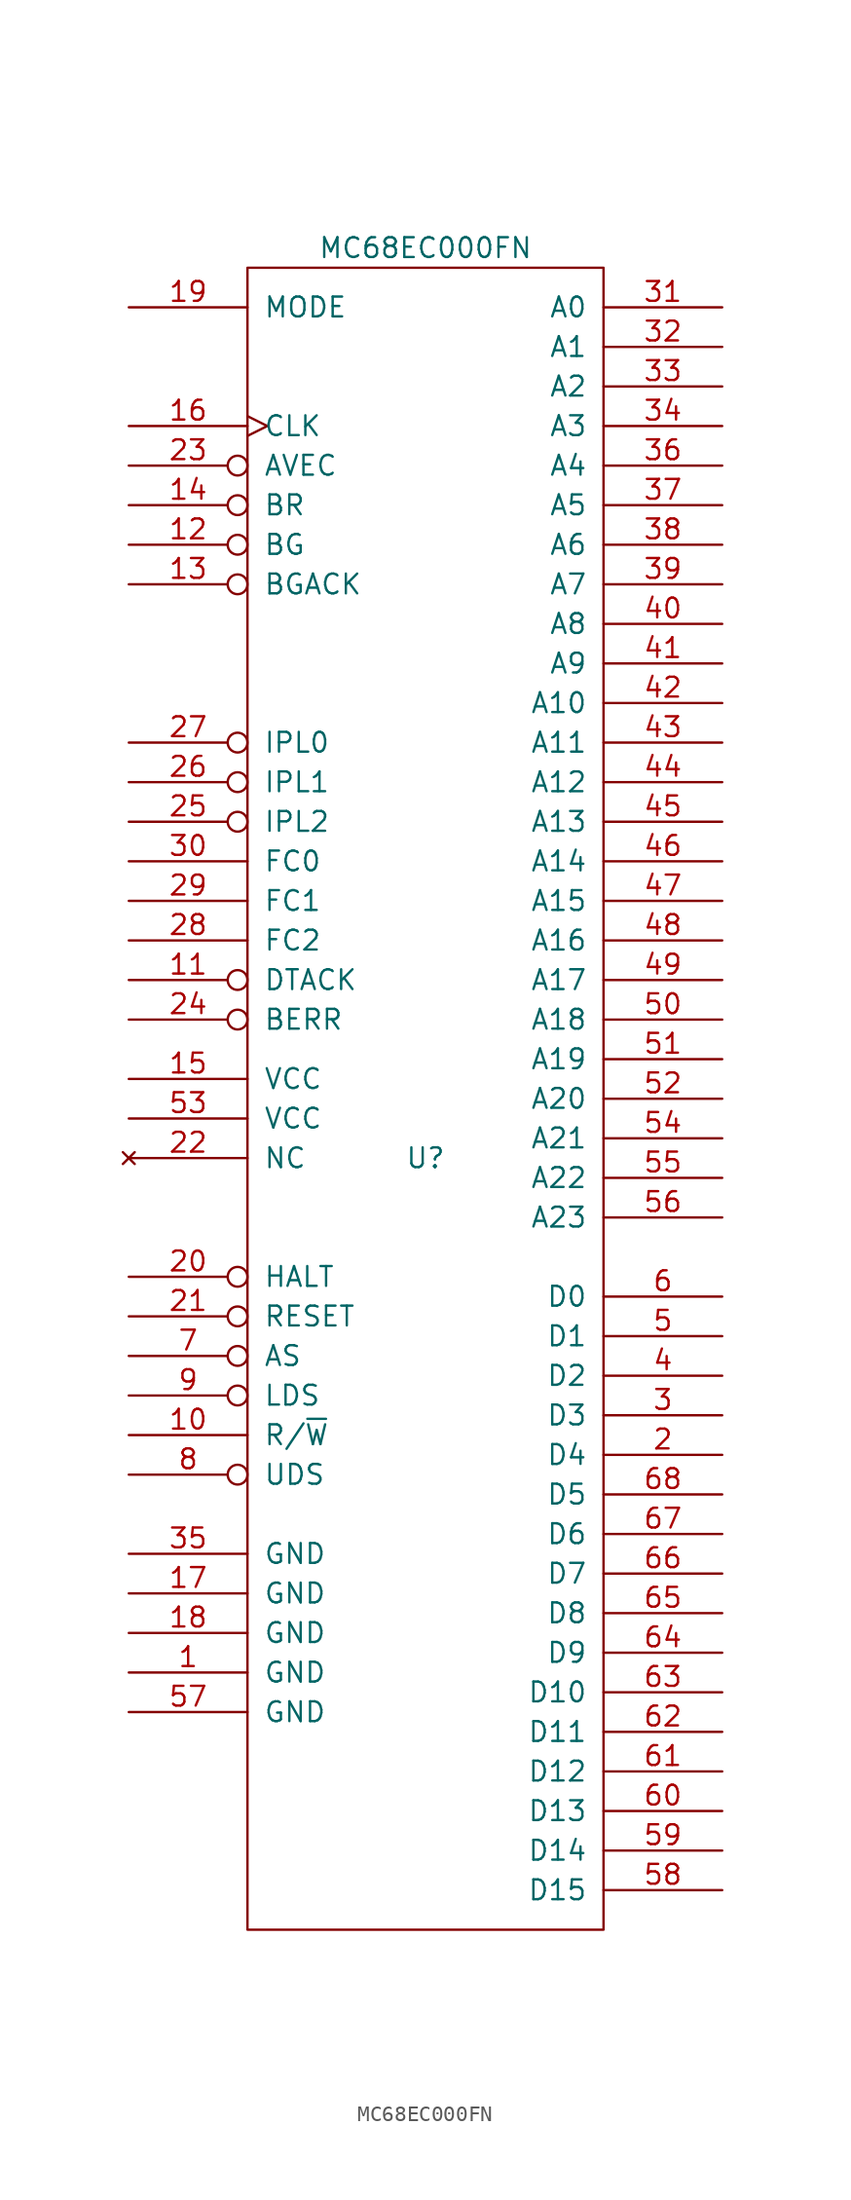
<source format=kicad_sym>
(kicad_symbol_lib
  (version 20220914)
  (generator kicad_symbol_editor)
  (symbol "MC68EC000FN"
    (pin_names
      (offset 1.016))
    (property "Reference" "U"
      (at 0 -2.54 0)
      (effects (font (size 1.27 1.27))))
    (property "Value" "MC68EC000FN"
      (at 0 55.88 0)
      (effects (font (size 1.27 1.27))))
    (symbol "MC68EC000FN_1_0"
      (rectangle (start -11.43 -52.07) (end 11.43 54.61) (stroke (width 0) (type solid)) (fill (type none))))
    (symbol "MC68EC000FN_1_1"
      (pin power_in line (at -19.05 -35.56 0) (length 7.62) (name "GND" (effects (font (size 1.27 1.27)))) (number "1" (effects (font (size 1.27 1.27)))))
      (pin output line (at -19.05 -20.32 0) (length 7.62) (name "R/~{W}" (effects (font (size 1.27 1.27)))) (number "10" (effects (font (size 1.27 1.27)))))
      (pin input inverted (at -19.05 8.89 0) (length 7.62) (name "DTACK" (effects (font (size 1.27 1.27)))) (number "11" (effects (font (size 1.27 1.27)))))
      (pin output inverted (at -19.05 36.83 0) (length 7.62) (name "BG" (effects (font (size 1.27 1.27)))) (number "12" (effects (font (size 1.27 1.27)))))
      (pin input inverted (at -19.05 34.29 0) (length 7.62) (name "BGACK" (effects (font (size 1.27 1.27)))) (number "13" (effects (font (size 1.27 1.27)))))
      (pin input inverted (at -19.05 39.37 0) (length 7.62) (name "BR" (effects (font (size 1.27 1.27)))) (number "14" (effects (font (size 1.27 1.27)))))
      (pin power_in line (at -19.05 2.54 0) (length 7.62) (name "VCC" (effects (font (size 1.27 1.27)))) (number "15" (effects (font (size 1.27 1.27)))))
      (pin input clock (at -19.05 44.45 0) (length 7.62) (name "CLK" (effects (font (size 1.27 1.27)))) (number "16" (effects (font (size 1.27 1.27)))))
      (pin power_in line (at -19.05 -30.48 0) (length 7.62) (name "GND" (effects (font (size 1.27 1.27)))) (number "17" (effects (font (size 1.27 1.27)))))
      (pin power_in line (at -19.05 -33.02 0) (length 7.62) (name "GND" (effects (font (size 1.27 1.27)))) (number "18" (effects (font (size 1.27 1.27)))))
      (pin input line (at -19.05 52.07 0) (length 7.62) (name "MODE" (effects (font (size 1.27 1.27)))) (number "19" (effects (font (size 1.27 1.27)))))
      (pin bidirectional line (at 19.05 -21.59 180) (length 7.62) (name "D4" (effects (font (size 1.27 1.27)))) (number "2" (effects (font (size 1.27 1.27)))))
      (pin bidirectional inverted (at -19.05 -10.16 0) (length 7.62) (name "HALT" (effects (font (size 1.27 1.27)))) (number "20" (effects (font (size 1.27 1.27)))))
      (pin bidirectional inverted (at -19.05 -12.7 0) (length 7.62) (name "RESET" (effects (font (size 1.27 1.27)))) (number "21" (effects (font (size 1.27 1.27)))))
      (pin no_connect line (at -19.05 -2.54 0) (length 7.62) (name "NC" (effects (font (size 1.27 1.27)))) (number "22" (effects (font (size 1.27 1.27)))))
      (pin input inverted (at -19.05 41.91 0) (length 7.62) (name "AVEC" (effects (font (size 1.27 1.27)))) (number "23" (effects (font (size 1.27 1.27)))))
      (pin input inverted (at -19.05 6.35 0) (length 7.62) (name "BERR" (effects (font (size 1.27 1.27)))) (number "24" (effects (font (size 1.27 1.27)))))
      (pin input inverted (at -19.05 19.05 0) (length 7.62) (name "IPL2" (effects (font (size 1.27 1.27)))) (number "25" (effects (font (size 1.27 1.27)))))
      (pin input inverted (at -19.05 21.59 0) (length 7.62) (name "IPL1" (effects (font (size 1.27 1.27)))) (number "26" (effects (font (size 1.27 1.27)))))
      (pin input inverted (at -19.05 24.13 0) (length 7.62) (name "IPL0" (effects (font (size 1.27 1.27)))) (number "27" (effects (font (size 1.27 1.27)))))
      (pin output line (at -19.05 11.43 0) (length 7.62) (name "FC2" (effects (font (size 1.27 1.27)))) (number "28" (effects (font (size 1.27 1.27)))))
      (pin output line (at -19.05 13.97 0) (length 7.62) (name "FC1" (effects (font (size 1.27 1.27)))) (number "29" (effects (font (size 1.27 1.27)))))
      (pin bidirectional line (at 19.05 -19.05 180) (length 7.62) (name "D3" (effects (font (size 1.27 1.27)))) (number "3" (effects (font (size 1.27 1.27)))))
      (pin output line (at -19.05 16.51 0) (length 7.62) (name "FC0" (effects (font (size 1.27 1.27)))) (number "30" (effects (font (size 1.27 1.27)))))
      (pin output line (at 19.05 52.07 180) (length 7.62) (name "A0" (effects (font (size 1.27 1.27)))) (number "31" (effects (font (size 1.27 1.27)))))
      (pin output line (at 19.05 49.53 180) (length 7.62) (name "A1" (effects (font (size 1.27 1.27)))) (number "32" (effects (font (size 1.27 1.27)))))
      (pin output line (at 19.05 46.99 180) (length 7.62) (name "A2" (effects (font (size 1.27 1.27)))) (number "33" (effects (font (size 1.27 1.27)))))
      (pin output line (at 19.05 44.45 180) (length 7.62) (name "A3" (effects (font (size 1.27 1.27)))) (number "34" (effects (font (size 1.27 1.27)))))
      (pin power_in line (at -19.05 -27.94 0) (length 7.62) (name "GND" (effects (font (size 1.27 1.27)))) (number "35" (effects (font (size 1.27 1.27)))))
      (pin output line (at 19.05 41.91 180) (length 7.62) (name "A4" (effects (font (size 1.27 1.27)))) (number "36" (effects (font (size 1.27 1.27)))))
      (pin output line (at 19.05 39.37 180) (length 7.62) (name "A5" (effects (font (size 1.27 1.27)))) (number "37" (effects (font (size 1.27 1.27)))))
      (pin output line (at 19.05 36.83 180) (length 7.62) (name "A6" (effects (font (size 1.27 1.27)))) (number "38" (effects (font (size 1.27 1.27)))))
      (pin output line (at 19.05 34.29 180) (length 7.62) (name "A7" (effects (font (size 1.27 1.27)))) (number "39" (effects (font (size 1.27 1.27)))))
      (pin bidirectional line (at 19.05 -16.51 180) (length 7.62) (name "D2" (effects (font (size 1.27 1.27)))) (number "4" (effects (font (size 1.27 1.27)))))
      (pin output line (at 19.05 31.75 180) (length 7.62) (name "A8" (effects (font (size 1.27 1.27)))) (number "40" (effects (font (size 1.27 1.27)))))
      (pin output line (at 19.05 29.21 180) (length 7.62) (name "A9" (effects (font (size 1.27 1.27)))) (number "41" (effects (font (size 1.27 1.27)))))
      (pin output line (at 19.05 26.67 180) (length 7.62) (name "A10" (effects (font (size 1.27 1.27)))) (number "42" (effects (font (size 1.27 1.27)))))
      (pin output line (at 19.05 24.13 180) (length 7.62) (name "A11" (effects (font (size 1.27 1.27)))) (number "43" (effects (font (size 1.27 1.27)))))
      (pin output line (at 19.05 21.59 180) (length 7.62) (name "A12" (effects (font (size 1.27 1.27)))) (number "44" (effects (font (size 1.27 1.27)))))
      (pin output line (at 19.05 19.05 180) (length 7.62) (name "A13" (effects (font (size 1.27 1.27)))) (number "45" (effects (font (size 1.27 1.27)))))
      (pin output line (at 19.05 16.51 180) (length 7.62) (name "A14" (effects (font (size 1.27 1.27)))) (number "46" (effects (font (size 1.27 1.27)))))
      (pin output line (at 19.05 13.97 180) (length 7.62) (name "A15" (effects (font (size 1.27 1.27)))) (number "47" (effects (font (size 1.27 1.27)))))
      (pin output line (at 19.05 11.43 180) (length 7.62) (name "A16" (effects (font (size 1.27 1.27)))) (number "48" (effects (font (size 1.27 1.27)))))
      (pin output line (at 19.05 8.89 180) (length 7.62) (name "A17" (effects (font (size 1.27 1.27)))) (number "49" (effects (font (size 1.27 1.27)))))
      (pin bidirectional line (at 19.05 -13.97 180) (length 7.62) (name "D1" (effects (font (size 1.27 1.27)))) (number "5" (effects (font (size 1.27 1.27)))))
      (pin output line (at 19.05 6.35 180) (length 7.62) (name "A18" (effects (font (size 1.27 1.27)))) (number "50" (effects (font (size 1.27 1.27)))))
      (pin output line (at 19.05 3.81 180) (length 7.62) (name "A19" (effects (font (size 1.27 1.27)))) (number "51" (effects (font (size 1.27 1.27)))))
      (pin output line (at 19.05 1.27 180) (length 7.62) (name "A20" (effects (font (size 1.27 1.27)))) (number "52" (effects (font (size 1.27 1.27)))))
      (pin power_in line (at -19.05 0 0) (length 7.62) (name "VCC" (effects (font (size 1.27 1.27)))) (number "53" (effects (font (size 1.27 1.27)))))
      (pin output line (at 19.05 -1.27 180) (length 7.62) (name "A21" (effects (font (size 1.27 1.27)))) (number "54" (effects (font (size 1.27 1.27)))))
      (pin output line (at 19.05 -3.81 180) (length 7.62) (name "A22" (effects (font (size 1.27 1.27)))) (number "55" (effects (font (size 1.27 1.27)))))
      (pin output line (at 19.05 -6.35 180) (length 7.62) (name "A23" (effects (font (size 1.27 1.27)))) (number "56" (effects (font (size 1.27 1.27)))))
      (pin power_in line (at -19.05 -38.1 0) (length 7.62) (name "GND" (effects (font (size 1.27 1.27)))) (number "57" (effects (font (size 1.27 1.27)))))
      (pin bidirectional line (at 19.05 -49.53 180) (length 7.62) (name "D15" (effects (font (size 1.27 1.27)))) (number "58" (effects (font (size 1.27 1.27)))))
      (pin bidirectional line (at 19.05 -46.99 180) (length 7.62) (name "D14" (effects (font (size 1.27 1.27)))) (number "59" (effects (font (size 1.27 1.27)))))
      (pin bidirectional line (at 19.05 -11.43 180) (length 7.62) (name "D0" (effects (font (size 1.27 1.27)))) (number "6" (effects (font (size 1.27 1.27)))))
      (pin bidirectional line (at 19.05 -44.45 180) (length 7.62) (name "D13" (effects (font (size 1.27 1.27)))) (number "60" (effects (font (size 1.27 1.27)))))
      (pin bidirectional line (at 19.05 -41.91 180) (length 7.62) (name "D12" (effects (font (size 1.27 1.27)))) (number "61" (effects (font (size 1.27 1.27)))))
      (pin bidirectional line (at 19.05 -39.37 180) (length 7.62) (name "D11" (effects (font (size 1.27 1.27)))) (number "62" (effects (font (size 1.27 1.27)))))
      (pin bidirectional line (at 19.05 -36.83 180) (length 7.62) (name "D10" (effects (font (size 1.27 1.27)))) (number "63" (effects (font (size 1.27 1.27)))))
      (pin bidirectional line (at 19.05 -34.29 180) (length 7.62) (name "D9" (effects (font (size 1.27 1.27)))) (number "64" (effects (font (size 1.27 1.27)))))
      (pin bidirectional line (at 19.05 -31.75 180) (length 7.62) (name "D8" (effects (font (size 1.27 1.27)))) (number "65" (effects (font (size 1.27 1.27)))))
      (pin bidirectional line (at 19.05 -29.21 180) (length 7.62) (name "D7" (effects (font (size 1.27 1.27)))) (number "66" (effects (font (size 1.27 1.27)))))
      (pin bidirectional line (at 19.05 -26.67 180) (length 7.62) (name "D6" (effects (font (size 1.27 1.27)))) (number "67" (effects (font (size 1.27 1.27)))))
      (pin bidirectional line (at 19.05 -24.13 180) (length 7.62) (name "D5" (effects (font (size 1.27 1.27)))) (number "68" (effects (font (size 1.27 1.27)))))
      (pin output inverted (at -19.05 -15.24 0) (length 7.62) (name "AS" (effects (font (size 1.27 1.27)))) (number "7" (effects (font (size 1.27 1.27)))))
      (pin output inverted (at -19.05 -22.86 0) (length 7.62) (name "UDS" (effects (font (size 1.27 1.27)))) (number "8" (effects (font (size 1.27 1.27)))))
      (pin output inverted (at -19.05 -17.78 0) (length 7.62) (name "LDS" (effects (font (size 1.27 1.27)))) (number "9" (effects (font (size 1.27 1.27))))))))
</source>
